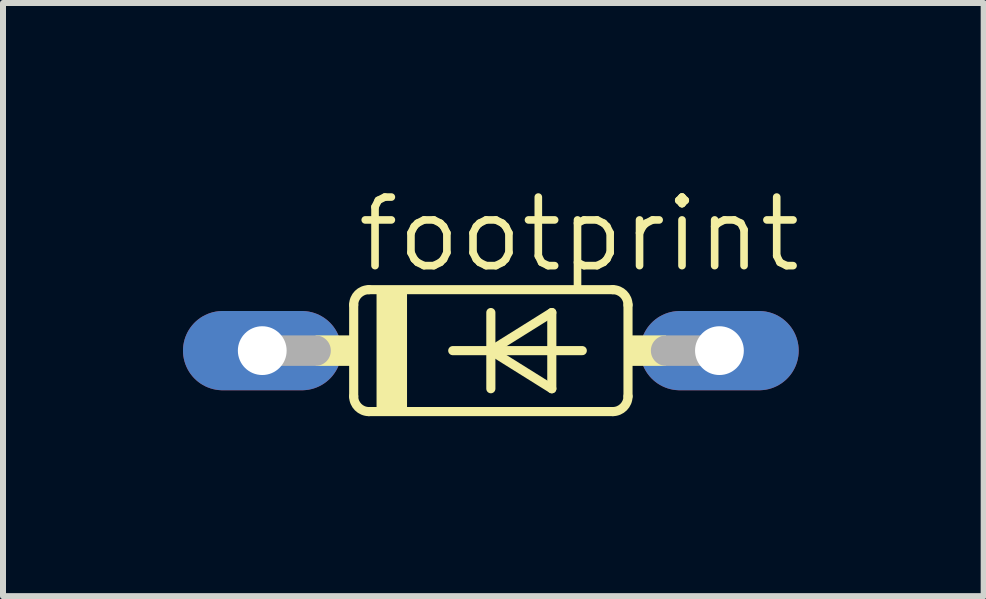
<source format=kicad_pcb>
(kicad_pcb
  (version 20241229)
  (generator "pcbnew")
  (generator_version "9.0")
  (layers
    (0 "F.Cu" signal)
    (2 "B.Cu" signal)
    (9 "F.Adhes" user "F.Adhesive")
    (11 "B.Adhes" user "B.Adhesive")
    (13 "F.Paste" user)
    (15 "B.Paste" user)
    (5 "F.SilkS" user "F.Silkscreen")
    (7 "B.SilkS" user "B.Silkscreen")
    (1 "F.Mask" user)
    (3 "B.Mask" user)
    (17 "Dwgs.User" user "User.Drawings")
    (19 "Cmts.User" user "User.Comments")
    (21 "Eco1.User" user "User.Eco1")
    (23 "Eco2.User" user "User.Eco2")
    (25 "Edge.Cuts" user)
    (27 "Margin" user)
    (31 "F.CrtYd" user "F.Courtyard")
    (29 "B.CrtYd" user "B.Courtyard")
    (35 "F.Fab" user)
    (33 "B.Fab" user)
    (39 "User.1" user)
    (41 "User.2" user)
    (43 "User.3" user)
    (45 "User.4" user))
  (footprint "footprint"
    (layer "F.Cu")
    (at 5.131 2.794)
    (property "Reference" "footprint" (at -2.286 -1.27 0) (layer "F.SilkS") (effects (font (size 1.143 1.143) (thickness 0.127)) (justify left bottom)))
    (fp_line (start -2.286 -0.762) (end -2.286 0.762) (stroke (width 0.152) (type solid)) (layer "F.SilkS"))
    (fp_line (start -2.032 -1.016) (end 2.032 -1.016) (stroke (width 0.152) (type solid)) (layer "F.SilkS"))
    (fp_line (start -2.032 1.016) (end 2.032 1.016) (stroke (width 0.152) (type solid)) (layer "F.SilkS"))
    (fp_line (start -0.635 0) (end 0 0) (stroke (width 0.152) (type solid)) (layer "F.SilkS"))
    (fp_line (start 0 -0.635) (end 0 0) (stroke (width 0.152) (type solid)) (layer "F.SilkS"))
    (fp_line (start 0 0) (end 0 0.635) (stroke (width 0.152) (type solid)) (layer "F.SilkS"))
    (fp_line (start 0 0) (end 1.016 -0.635) (stroke (width 0.152) (type solid)) (layer "F.SilkS"))
    (fp_line (start 0 0) (end 1.524 0) (stroke (width 0.152) (type solid)) (layer "F.SilkS"))
    (fp_line (start 1.016 -0.635) (end 1.016 0.635) (stroke (width 0.152) (type solid)) (layer "F.SilkS"))
    (fp_line (start 1.016 0.635) (end 0 0) (stroke (width 0.152) (type solid)) (layer "F.SilkS"))
    (fp_line (start 2.286 -0.762) (end 2.286 0.762) (stroke (width 0.152) (type solid)) (layer "F.SilkS"))
    (fp_arc (start -2.286 -0.762) (mid -2.211605 -0.941605) (end -2.032 -1.016) (stroke (width 0.1524) (type solid)) (layer "F.SilkS"))
    (fp_arc (start -2.032 1.016) (mid -2.211605 0.941605) (end -2.286 0.762) (stroke (width 0.1524) (type solid)) (layer "F.SilkS"))
    (fp_arc (start 2.032 -1.016) (mid 2.211605 -0.941605) (end 2.286 -0.762) (stroke (width 0.1524) (type solid)) (layer "F.SilkS"))
    (fp_arc (start 2.286 0.762) (mid 2.211605 0.941605) (end 2.032 1.016) (stroke (width 0.1524) (type solid)) (layer "F.SilkS"))
    (fp_poly (pts (xy -2.921 0.254) (xy -2.286 0.254) (xy -2.286 -0.254) (xy -2.921 -0.254)) (stroke (width 0) (type solid)) (fill yes) (layer "F.SilkS"))
    (fp_poly (pts (xy -1.905 1.016) (xy -1.397 1.016) (xy -1.397 -1.016) (xy -1.905 -1.016)) (stroke (width 0) (type solid)) (fill yes) (layer "F.SilkS"))
    (fp_poly (pts (xy 2.286 0.254) (xy 2.921 0.254) (xy 2.921 -0.254) (xy 2.286 -0.254)) (stroke (width 0) (type solid)) (fill yes) (layer "F.SilkS"))
    (fp_line (start -3.81 0) (end -2.921 0) (stroke (width 0.508) (type solid)) (layer "F.Fab"))
    (fp_line (start 3.81 0) (end 2.921 0) (stroke (width 0.508) (type solid)) (layer "F.Fab"))
    (pad "A" thru_hole oval (at 3.81 0) (size 2.642 1.321) (drill 0.813) (layers "*.Cu" "*.Mask"))
    (pad "C" thru_hole oval (at -3.81 0) (size 2.642 1.321) (drill 0.813) (layers "*.Cu" "*.Mask")))
  (gr_rect
    (start -3 -3)
    (end 13.345 6.886)
    (stroke (width 0.1) (type default))
    (fill no)
    (layer "Edge.Cuts")))
</source>
